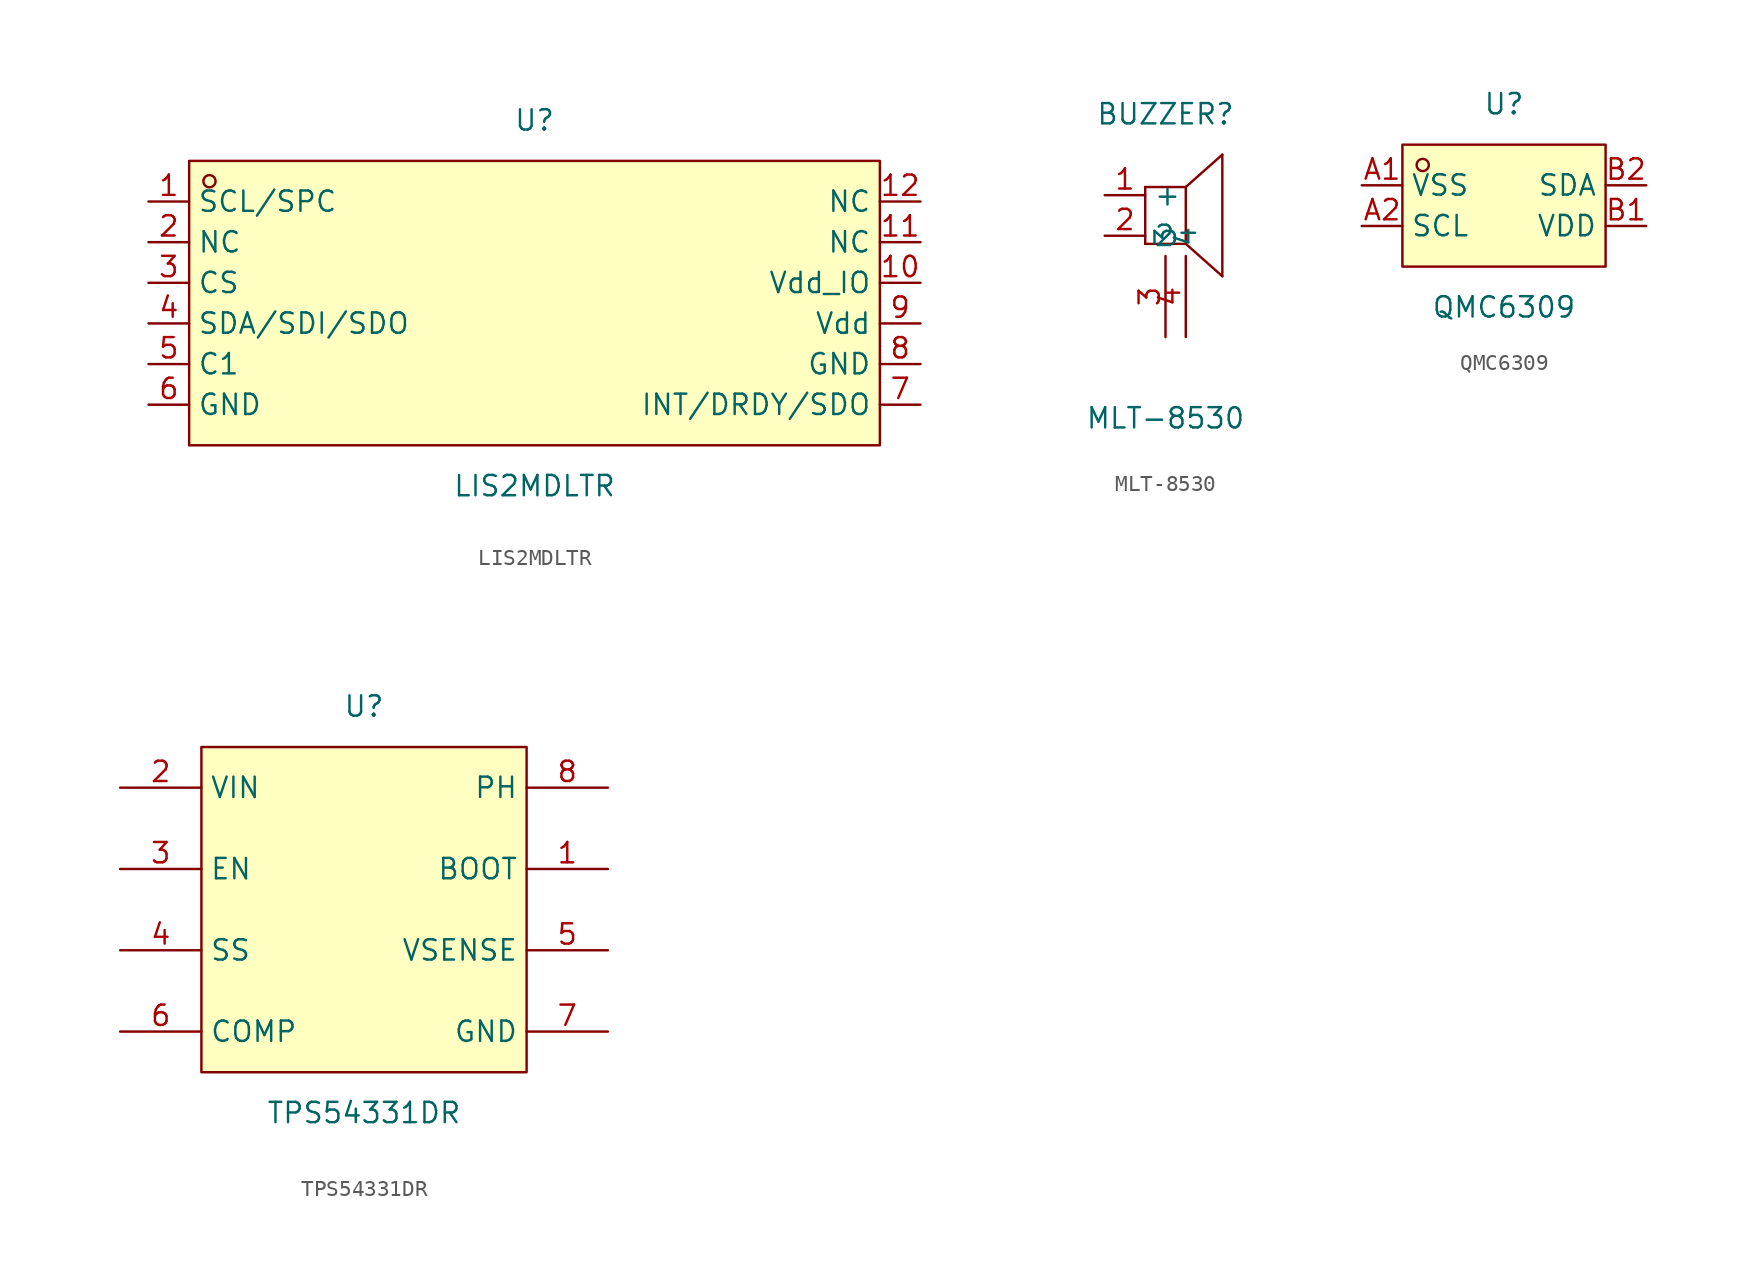
<source format=kicad_sym>
(kicad_symbol_lib
  (version 20211014)
  (generator https://github.com/uPesy/easyeda2kicad.py)
  (symbol "LIS2MDLTR"
    (property "Reference" "U"
      (at 0 11.43 0)
      (effects (font (size 1.27 1.27))))
    (property "Value" "LIS2MDLTR"
      (at 0 -11.43 0)
      (effects (font (size 1.27 1.27))))
    (symbol "LIS2MDLTR_0_1"
      (rectangle (start -21.59 8.89) (end 21.59 -8.89) (stroke (width 0) (type default) (color 0 0 0 0)) (fill (type background)))
      (circle (center -20.32 7.62) (radius 0.38) (stroke (width 0) (type default) (color 0 0 0 0)) (fill (type none)))
      (pin unspecified line (at -24.13 6.35 0) (length 2.54) (name "SCL/SPC" (effects (font (size 1.27 1.27)))) (number "1" (effects (font (size 1.27 1.27)))))
      (pin unspecified line (at -24.13 3.81 0) (length 2.54) (name "NC" (effects (font (size 1.27 1.27)))) (number "2" (effects (font (size 1.27 1.27)))))
      (pin unspecified line (at -24.13 1.27 0) (length 2.54) (name "CS" (effects (font (size 1.27 1.27)))) (number "3" (effects (font (size 1.27 1.27)))))
      (pin unspecified line (at -24.13 -1.27 0) (length 2.54) (name "SDA/SDI/SDO" (effects (font (size 1.27 1.27)))) (number "4" (effects (font (size 1.27 1.27)))))
      (pin unspecified line (at -24.13 -3.81 0) (length 2.54) (name "C1" (effects (font (size 1.27 1.27)))) (number "5" (effects (font (size 1.27 1.27)))))
      (pin unspecified line (at -24.13 -6.35 0) (length 2.54) (name "GND" (effects (font (size 1.27 1.27)))) (number "6" (effects (font (size 1.27 1.27)))))
      (pin unspecified line (at 24.13 -6.35 180) (length 2.54) (name "INT/DRDY/SDO" (effects (font (size 1.27 1.27)))) (number "7" (effects (font (size 1.27 1.27)))))
      (pin unspecified line (at 24.13 -3.81 180) (length 2.54) (name "GND" (effects (font (size 1.27 1.27)))) (number "8" (effects (font (size 1.27 1.27)))))
      (pin unspecified line (at 24.13 -1.27 180) (length 2.54) (name "Vdd" (effects (font (size 1.27 1.27)))) (number "9" (effects (font (size 1.27 1.27)))))
      (pin unspecified line (at 24.13 1.27 180) (length 2.54) (name "Vdd_IO" (effects (font (size 1.27 1.27)))) (number "10" (effects (font (size 1.27 1.27)))))
      (pin unspecified line (at 24.13 3.81 180) (length 2.54) (name "NC" (effects (font (size 1.27 1.27)))) (number "11" (effects (font (size 1.27 1.27)))))
      (pin unspecified line (at 24.13 6.35 180) (length 2.54) (name "NC" (effects (font (size 1.27 1.27)))) (number "12" (effects (font (size 1.27 1.27)))))))
  (symbol "MLT-8530"
    (property "Reference" "BUZZER"
      (at 0 6.35 0)
      (effects (font (size 1.27 1.27))))
    (property "Value" "MLT-8530"
      (at 0 -12.70 0)
      (effects (font (size 1.27 1.27))))
    (symbol "MLT-8530_0_1"
      (polyline (pts (xy 3.56 3.81) (xy 1.27 1.78)) (stroke (width 0) (type default) (color 0 0 0 0)) (fill (type none)))
      (polyline (pts (xy 1.27 -1.78) (xy 3.56 -3.81)) (stroke (width 0) (type default) (color 0 0 0 0)) (fill (type none)))
      (polyline (pts (xy 3.56 3.81) (xy 3.56 -3.81)) (stroke (width 0) (type default) (color 0 0 0 0)) (fill (type none)))
      (polyline (pts (xy 1.27 1.78) (xy 1.27 -1.78)) (stroke (width 0) (type default) (color 0 0 0 0)) (fill (type none)))
      (polyline (pts (xy -1.27 1.78) (xy -1.27 -1.78)) (stroke (width 0) (type default) (color 0 0 0 0)) (fill (type none)))
      (polyline (pts (xy -1.27 -1.78) (xy 1.27 -1.78)) (stroke (width 0) (type default) (color 0 0 0 0)) (fill (type none)))
      (polyline (pts (xy -1.27 1.78) (xy 1.27 1.78)) (stroke (width 0) (type default) (color 0 0 0 0)) (fill (type none)))
      (pin unspecified line (at -3.81 1.27 0) (length 2.54) (name "+" (effects (font (size 1.27 1.27)))) (number "1" (effects (font (size 1.27 1.27)))))
      (pin unspecified line (at -3.81 -1.27 0) (length 2.54) (name "2" (effects (font (size 1.27 1.27)))) (number "2" (effects (font (size 1.27 1.27)))))
      (pin unspecified line (at 0.00 -7.62 90) (length 5.08) (name "3" (effects (font (size 1.27 1.27)))) (number "3" (effects (font (size 1.27 1.27)))))
      (pin unspecified line (at 1.27 -7.62 90) (length 5.08) (name "4" (effects (font (size 1.27 1.27)))) (number "4" (effects (font (size 1.27 1.27)))))))
  (symbol "QMC6309"
    (property "Reference" "U"
      (at 0 6.35 0)
      (effects (font (size 1.27 1.27))))
    (property "Value" "QMC6309"
      (at 0 -6.35 0)
      (effects (font (size 1.27 1.27))))
    (symbol "QMC6309_0_1"
      (rectangle (start -6.35 3.81) (end 6.35 -3.81) (stroke (width 0) (type default) (color 0 0 0 0)) (fill (type background)))
      (circle (center -5.08 2.54) (radius 0.38) (stroke (width 0) (type default) (color 0 0 0 0)) (fill (type none)))
      (pin unspecified line (at -8.89 1.27 0) (length 2.54) (name "VSS" (effects (font (size 1.27 1.27)))) (number "A1" (effects (font (size 1.27 1.27)))))
      (pin unspecified line (at -8.89 -1.27 0) (length 2.54) (name "SCL" (effects (font (size 1.27 1.27)))) (number "A2" (effects (font (size 1.27 1.27)))))
      (pin unspecified line (at 8.89 -1.27 180) (length 2.54) (name "VDD" (effects (font (size 1.27 1.27)))) (number "B1" (effects (font (size 1.27 1.27)))))
      (pin unspecified line (at 8.89 1.27 180) (length 2.54) (name "SDA" (effects (font (size 1.27 1.27)))) (number "B2" (effects (font (size 1.27 1.27)))))))
  (symbol "TPS54331DR"
    (property "Reference" "U"
      (at 0 12.70 0)
      (effects (font (size 1.27 1.27))))
    (property "Value" "TPS54331DR"
      (at 0 -12.70 0)
      (effects (font (size 1.27 1.27))))
    (symbol "TPS54331DR_0_1"
      (rectangle (start -10.16 10.16) (end 10.16 -10.16) (stroke (width 0) (type default) (color 0 0 0 0)) (fill (type background)))
      (pin unspecified line (at 15.24 2.54 180) (length 5.08) (name "BOOT" (effects (font (size 1.27 1.27)))) (number "1" (effects (font (size 1.27 1.27)))))
      (pin power_in line (at -15.24 7.62 0) (length 5.08) (name "VIN" (effects (font (size 1.27 1.27)))) (number "2" (effects (font (size 1.27 1.27)))))
      (pin unspecified line (at -15.24 2.54 0) (length 5.08) (name "EN" (effects (font (size 1.27 1.27)))) (number "3" (effects (font (size 1.27 1.27)))))
      (pin unspecified line (at -15.24 -2.54 0) (length 5.08) (name "SS" (effects (font (size 1.27 1.27)))) (number "4" (effects (font (size 1.27 1.27)))))
      (pin unspecified line (at 15.24 -2.54 180) (length 5.08) (name "VSENSE" (effects (font (size 1.27 1.27)))) (number "5" (effects (font (size 1.27 1.27)))))
      (pin unspecified line (at -15.24 -7.62 0) (length 5.08) (name "COMP" (effects (font (size 1.27 1.27)))) (number "6" (effects (font (size 1.27 1.27)))))
      (pin power_in line (at 15.24 -7.62 180) (length 5.08) (name "GND" (effects (font (size 1.27 1.27)))) (number "7" (effects (font (size 1.27 1.27)))))
      (pin power_in line (at 15.24 7.62 180) (length 5.08) (name "PH" (effects (font (size 1.27 1.27)))) (number "8" (effects (font (size 1.27 1.27))))))))
</source>
